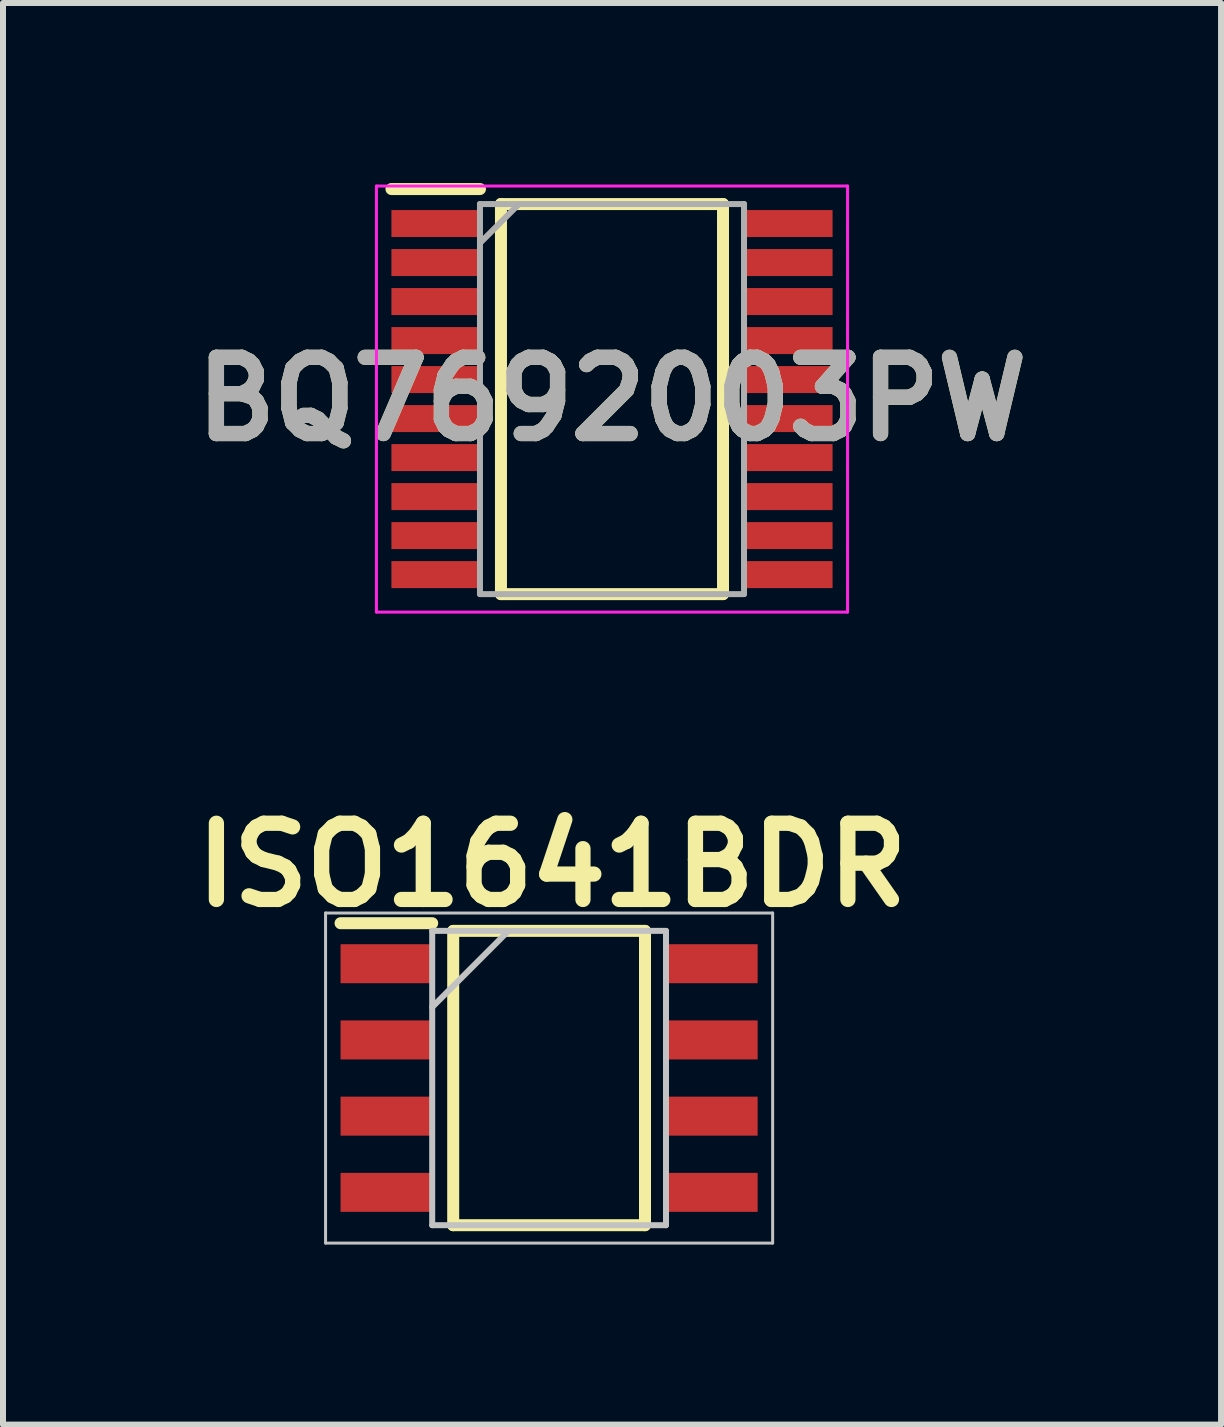
<source format=kicad_pcb>
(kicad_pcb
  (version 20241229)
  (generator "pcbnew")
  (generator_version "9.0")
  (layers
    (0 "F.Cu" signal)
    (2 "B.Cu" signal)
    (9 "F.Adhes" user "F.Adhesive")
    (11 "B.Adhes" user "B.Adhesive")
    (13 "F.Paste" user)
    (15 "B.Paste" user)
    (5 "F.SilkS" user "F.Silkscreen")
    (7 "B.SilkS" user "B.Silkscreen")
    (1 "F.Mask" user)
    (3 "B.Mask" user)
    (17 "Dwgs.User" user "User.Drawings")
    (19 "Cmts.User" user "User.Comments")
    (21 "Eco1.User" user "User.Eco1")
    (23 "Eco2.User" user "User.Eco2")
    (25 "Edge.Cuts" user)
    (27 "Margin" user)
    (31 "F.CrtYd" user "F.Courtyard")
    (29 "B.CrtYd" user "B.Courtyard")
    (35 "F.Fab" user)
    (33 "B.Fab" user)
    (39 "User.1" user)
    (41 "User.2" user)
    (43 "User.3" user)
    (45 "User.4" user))
  (footprint "ISO1641BDR"
    (layer "F.Cu")
    (at 6.1 14.914)
    (property "Reference" "ISO1641BDR" (at 0.05 -3.55 0) (layer "F.SilkS") (effects (font (size 1.27 1.27) (thickness 0.254))))
    (attr smd)
    (fp_line (start -3.475 -2.58) (end -1.948 -2.58) (stroke (width 0.2) (type solid)) (layer "F.SilkS"))
    (fp_line (start -1.598 -2.452) (end 1.598 -2.452) (stroke (width 0.2) (type solid)) (layer "F.SilkS"))
    (fp_line (start -1.598 2.452) (end -1.598 -2.452) (stroke (width 0.2) (type solid)) (layer "F.SilkS"))
    (fp_line (start 1.598 -2.452) (end 1.598 2.452) (stroke (width 0.2) (type solid)) (layer "F.SilkS"))
    (fp_line (start 1.598 2.452) (end -1.598 2.452) (stroke (width 0.2) (type solid)) (layer "F.SilkS"))
    (fp_line (start -3.725 -2.75) (end 3.725 -2.75) (stroke (width 0.05) (type solid)) (layer "Dwgs.User"))
    (fp_line (start -3.725 2.75) (end -3.725 -2.75) (stroke (width 0.05) (type solid)) (layer "Dwgs.User"))
    (fp_line (start -1.948 -2.452) (end 1.948 -2.452) (stroke (width 0.1) (type solid)) (layer "Dwgs.User"))
    (fp_line (start -1.948 -1.182) (end -0.678 -2.452) (stroke (width 0.1) (type solid)) (layer "Dwgs.User"))
    (fp_line (start -1.948 2.452) (end -1.948 -2.452) (stroke (width 0.1) (type solid)) (layer "Dwgs.User"))
    (fp_line (start 1.948 -2.452) (end 1.948 2.452) (stroke (width 0.1) (type solid)) (layer "Dwgs.User"))
    (fp_line (start 1.948 2.452) (end -1.948 2.452) (stroke (width 0.1) (type solid)) (layer "Dwgs.User"))
    (fp_line (start 3.725 -2.75) (end 3.725 2.75) (stroke (width 0.05) (type solid)) (layer "Dwgs.User"))
    (fp_line (start 3.725 2.75) (end -3.725 2.75) (stroke (width 0.05) (type solid)) (layer "Dwgs.User"))
    (fp_rect (start -3.55 -2.7) (end 3.55 2.55) (stroke (width 0.1) (type default)) (fill no) (layer "Margin"))
    (pad "1" smd rect (at -2.711 -1.905 90) (size 0.65 1.528) (layers "F.Cu" "F.Mask" "F.Paste"))
    (pad "2" smd rect (at -2.711 -0.635 90) (size 0.65 1.528) (layers "F.Cu" "F.Mask" "F.Paste"))
    (pad "3" smd rect (at -2.711 0.635 90) (size 0.65 1.528) (layers "F.Cu" "F.Mask" "F.Paste"))
    (pad "4" smd rect (at -2.711 1.905 90) (size 0.65 1.528) (layers "F.Cu" "F.Mask" "F.Paste"))
    (pad "5" smd rect (at 2.711 1.905 90) (size 0.65 1.528) (layers "F.Cu" "F.Mask" "F.Paste"))
    (pad "6" smd rect (at 2.711 0.635 90) (size 0.65 1.528) (layers "F.Cu" "F.Mask" "F.Paste"))
    (pad "7" smd rect (at 2.711 -0.635 90) (size 0.65 1.528) (layers "F.Cu" "F.Mask" "F.Paste"))
    (pad "8" smd rect (at 2.711 -1.905 90) (size 0.65 1.528) (layers "F.Cu" "F.Mask" "F.Paste")))
  (footprint "BQ7692003PW"
    (layer "F.Cu")
    (at 7.148 3.6)
    (property "Reference" "BQ7692003PW" (at 0 0 0) (layer "F.SilkS") (effects (font (size 1.27 1.27) (thickness 0.254))))
    (attr smd)
    (fp_line (start -3.675 -3.5) (end -2.2 -3.5) (stroke (width 0.2) (type solid)) (layer "F.SilkS"))
    (fp_line (start -1.85 -3.25) (end 1.85 -3.25) (stroke (width 0.2) (type solid)) (layer "F.SilkS"))
    (fp_line (start -1.85 3.25) (end -1.85 -3.25) (stroke (width 0.2) (type solid)) (layer "F.SilkS"))
    (fp_line (start 1.85 -3.25) (end 1.85 3.25) (stroke (width 0.2) (type solid)) (layer "F.SilkS"))
    (fp_line (start 1.85 3.25) (end -1.85 3.25) (stroke (width 0.2) (type solid)) (layer "F.SilkS"))
    (fp_line (start -3.925 -3.55) (end 3.925 -3.55) (stroke (width 0.05) (type solid)) (layer "F.CrtYd"))
    (fp_line (start -3.925 3.55) (end -3.925 -3.55) (stroke (width 0.05) (type solid)) (layer "F.CrtYd"))
    (fp_line (start 3.925 -3.55) (end 3.925 3.55) (stroke (width 0.05) (type solid)) (layer "F.CrtYd"))
    (fp_line (start 3.925 3.55) (end -3.925 3.55) (stroke (width 0.05) (type solid)) (layer "F.CrtYd"))
    (fp_line (start -2.2 -3.25) (end 2.2 -3.25) (stroke (width 0.1) (type solid)) (layer "F.Fab"))
    (fp_line (start -2.2 -2.6) (end -1.55 -3.25) (stroke (width 0.1) (type solid)) (layer "F.Fab"))
    (fp_line (start -2.2 3.25) (end -2.2 -3.25) (stroke (width 0.1) (type solid)) (layer "F.Fab"))
    (fp_line (start 2.2 -3.25) (end 2.2 3.25) (stroke (width 0.1) (type solid)) (layer "F.Fab"))
    (fp_line (start 2.2 3.25) (end -2.2 3.25) (stroke (width 0.1) (type solid)) (layer "F.Fab"))
    (fp_text user "${REFERENCE}" (at 0 0 0) (layer "F.Fab") (effects (font (size 1.27 1.27) (thickness 0.254))))
    (pad "1" smd rect (at -2.938 -2.925 90) (size 0.45 1.475) (layers "F.Cu" "F.Mask" "F.Paste"))
    (pad "2" smd rect (at -2.938 -2.275 90) (size 0.45 1.475) (layers "F.Cu" "F.Mask" "F.Paste"))
    (pad "3" smd rect (at -2.938 -1.625 90) (size 0.45 1.475) (layers "F.Cu" "F.Mask" "F.Paste"))
    (pad "4" smd rect (at -2.938 -0.975 90) (size 0.45 1.475) (layers "F.Cu" "F.Mask" "F.Paste"))
    (pad "5" smd rect (at -2.938 -0.325 90) (size 0.45 1.475) (layers "F.Cu" "F.Mask" "F.Paste"))
    (pad "6" smd rect (at -2.938 0.325 90) (size 0.45 1.475) (layers "F.Cu" "F.Mask" "F.Paste"))
    (pad "7" smd rect (at -2.938 0.975 90) (size 0.45 1.475) (layers "F.Cu" "F.Mask" "F.Paste"))
    (pad "8" smd rect (at -2.938 1.625 90) (size 0.45 1.475) (layers "F.Cu" "F.Mask" "F.Paste"))
    (pad "9" smd rect (at -2.938 2.275 90) (size 0.45 1.475) (layers "F.Cu" "F.Mask" "F.Paste"))
    (pad "10" smd rect (at -2.938 2.925 90) (size 0.45 1.475) (layers "F.Cu" "F.Mask" "F.Paste"))
    (pad "11" smd rect (at 2.938 2.925 90) (size 0.45 1.475) (layers "F.Cu" "F.Mask" "F.Paste"))
    (pad "12" smd rect (at 2.938 2.275 90) (size 0.45 1.475) (layers "F.Cu" "F.Mask" "F.Paste"))
    (pad "13" smd rect (at 2.938 1.625 90) (size 0.45 1.475) (layers "F.Cu" "F.Mask" "F.Paste"))
    (pad "14" smd rect (at 2.938 0.975 90) (size 0.45 1.475) (layers "F.Cu" "F.Mask" "F.Paste"))
    (pad "15" smd rect (at 2.938 0.325 90) (size 0.45 1.475) (layers "F.Cu" "F.Mask" "F.Paste"))
    (pad "16" smd rect (at 2.938 -0.325 90) (size 0.45 1.475) (layers "F.Cu" "F.Mask" "F.Paste"))
    (pad "17" smd rect (at 2.938 -0.975 90) (size 0.45 1.475) (layers "F.Cu" "F.Mask" "F.Paste"))
    (pad "18" smd rect (at 2.938 -1.625 90) (size 0.45 1.475) (layers "F.Cu" "F.Mask" "F.Paste"))
    (pad "19" smd rect (at 2.938 -2.275 90) (size 0.45 1.475) (layers "F.Cu" "F.Mask" "F.Paste"))
    (pad "20" smd rect (at 2.938 -2.925 90) (size 0.45 1.475) (layers "F.Cu" "F.Mask" "F.Paste")))
  (gr_rect
    (start -3 -3)
    (end 17.297 20.689)
    (stroke (width 0.1) (type default))
    (fill no)
    (layer "Edge.Cuts")))
</source>
